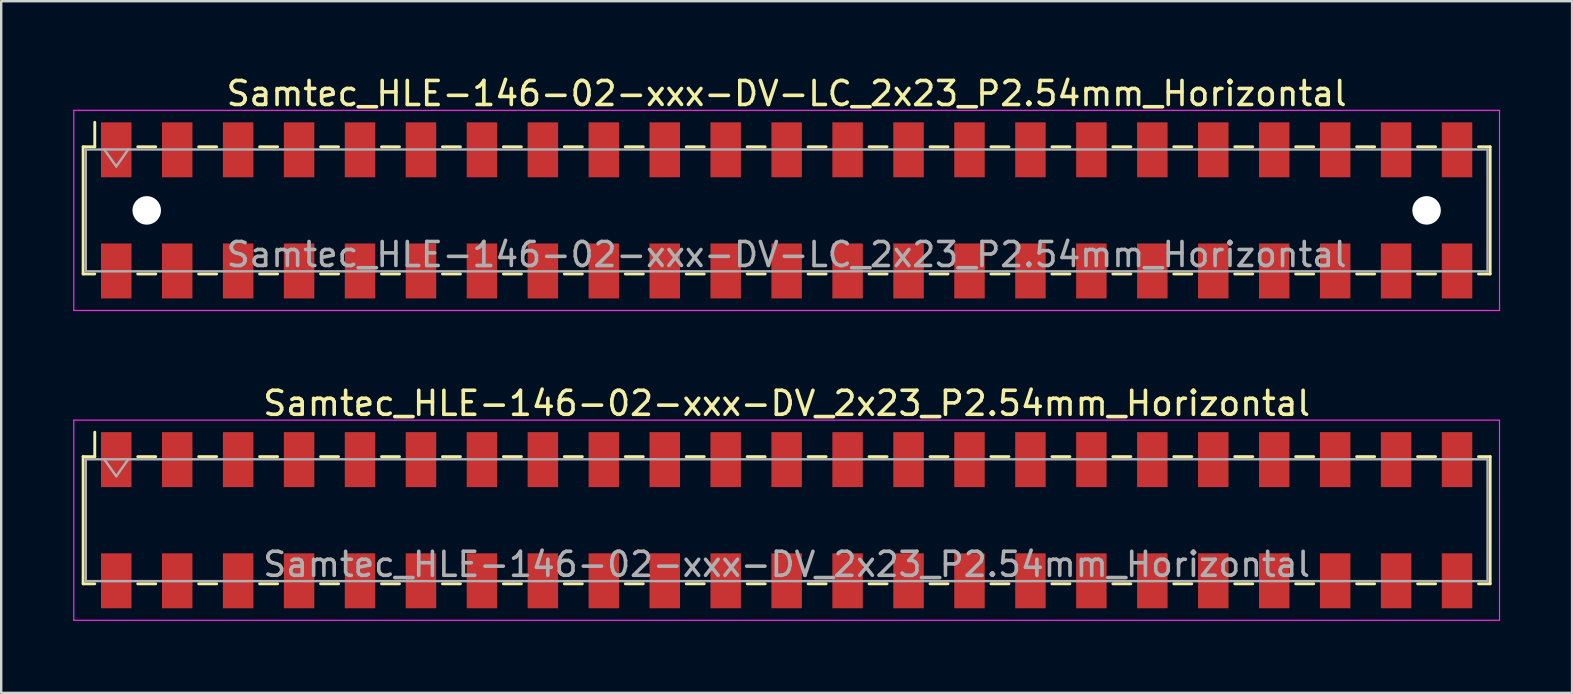
<source format=kicad_pcb>
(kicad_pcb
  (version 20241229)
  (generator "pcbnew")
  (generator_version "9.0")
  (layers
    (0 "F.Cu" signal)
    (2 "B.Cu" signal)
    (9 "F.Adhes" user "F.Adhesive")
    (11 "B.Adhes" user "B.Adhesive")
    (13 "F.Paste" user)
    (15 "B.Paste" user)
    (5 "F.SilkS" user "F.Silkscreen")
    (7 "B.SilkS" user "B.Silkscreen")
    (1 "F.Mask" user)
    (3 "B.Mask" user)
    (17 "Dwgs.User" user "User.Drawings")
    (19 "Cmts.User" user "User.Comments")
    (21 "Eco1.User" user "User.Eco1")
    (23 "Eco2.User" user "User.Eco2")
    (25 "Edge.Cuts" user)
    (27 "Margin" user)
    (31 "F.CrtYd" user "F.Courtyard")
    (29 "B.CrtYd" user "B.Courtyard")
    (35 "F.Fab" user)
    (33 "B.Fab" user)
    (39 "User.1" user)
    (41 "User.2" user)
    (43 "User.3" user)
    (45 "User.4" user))
  (footprint "Samtec_HLE-146-02-xxx-DV-LC_2x23_P2.54mm_Horizontal"
    (layer "F.Cu")
    (at 29.735 5.718)
    (property "Reference" "Samtec_HLE-146-02-xxx-DV-LC_2x23_P2.54mm_Horizontal" (at 0 -4.87 0) (layer "F.SilkS") (effects (font (size 1 1) (thickness 0.15))))
    (attr smd)
    (fp_line (start -29.32 -2.65) (end -29.32 2.65) (stroke (width 0.12) (type solid)) (layer "F.SilkS"))
    (fp_line (start -29.32 2.65) (end -28.835 2.65) (stroke (width 0.12) (type solid)) (layer "F.SilkS"))
    (fp_line (start -28.835 -3.67) (end -28.835 -2.65) (stroke (width 0.12) (type solid)) (layer "F.SilkS"))
    (fp_line (start -28.835 -2.65) (end -29.32 -2.65) (stroke (width 0.12) (type solid)) (layer "F.SilkS"))
    (fp_line (start -27.045 -2.65) (end -26.295 -2.65) (stroke (width 0.12) (type solid)) (layer "F.SilkS"))
    (fp_line (start -27.045 2.65) (end -26.295 2.65) (stroke (width 0.12) (type solid)) (layer "F.SilkS"))
    (fp_line (start -24.505 -2.65) (end -23.755 -2.65) (stroke (width 0.12) (type solid)) (layer "F.SilkS"))
    (fp_line (start -24.505 2.65) (end -23.755 2.65) (stroke (width 0.12) (type solid)) (layer "F.SilkS"))
    (fp_line (start -21.965 -2.65) (end -21.215 -2.65) (stroke (width 0.12) (type solid)) (layer "F.SilkS"))
    (fp_line (start -21.965 2.65) (end -21.215 2.65) (stroke (width 0.12) (type solid)) (layer "F.SilkS"))
    (fp_line (start -19.425 -2.65) (end -18.675 -2.65) (stroke (width 0.12) (type solid)) (layer "F.SilkS"))
    (fp_line (start -19.425 2.65) (end -18.675 2.65) (stroke (width 0.12) (type solid)) (layer "F.SilkS"))
    (fp_line (start -16.885 -2.65) (end -16.135 -2.65) (stroke (width 0.12) (type solid)) (layer "F.SilkS"))
    (fp_line (start -16.885 2.65) (end -16.135 2.65) (stroke (width 0.12) (type solid)) (layer "F.SilkS"))
    (fp_line (start -14.345 -2.65) (end -13.595 -2.65) (stroke (width 0.12) (type solid)) (layer "F.SilkS"))
    (fp_line (start -14.345 2.65) (end -13.595 2.65) (stroke (width 0.12) (type solid)) (layer "F.SilkS"))
    (fp_line (start -11.805 -2.65) (end -11.055 -2.65) (stroke (width 0.12) (type solid)) (layer "F.SilkS"))
    (fp_line (start -11.805 2.65) (end -11.055 2.65) (stroke (width 0.12) (type solid)) (layer "F.SilkS"))
    (fp_line (start -9.265 -2.65) (end -8.515 -2.65) (stroke (width 0.12) (type solid)) (layer "F.SilkS"))
    (fp_line (start -9.265 2.65) (end -8.515 2.65) (stroke (width 0.12) (type solid)) (layer "F.SilkS"))
    (fp_line (start -6.725 -2.65) (end -5.975 -2.65) (stroke (width 0.12) (type solid)) (layer "F.SilkS"))
    (fp_line (start -6.725 2.65) (end -5.975 2.65) (stroke (width 0.12) (type solid)) (layer "F.SilkS"))
    (fp_line (start -4.185 -2.65) (end -3.435 -2.65) (stroke (width 0.12) (type solid)) (layer "F.SilkS"))
    (fp_line (start -4.185 2.65) (end -3.435 2.65) (stroke (width 0.12) (type solid)) (layer "F.SilkS"))
    (fp_line (start -1.645 -2.65) (end -0.895 -2.65) (stroke (width 0.12) (type solid)) (layer "F.SilkS"))
    (fp_line (start -1.645 2.65) (end -0.895 2.65) (stroke (width 0.12) (type solid)) (layer "F.SilkS"))
    (fp_line (start 0.895 -2.65) (end 1.645 -2.65) (stroke (width 0.12) (type solid)) (layer "F.SilkS"))
    (fp_line (start 0.895 2.65) (end 1.645 2.65) (stroke (width 0.12) (type solid)) (layer "F.SilkS"))
    (fp_line (start 3.435 -2.65) (end 4.185 -2.65) (stroke (width 0.12) (type solid)) (layer "F.SilkS"))
    (fp_line (start 3.435 2.65) (end 4.185 2.65) (stroke (width 0.12) (type solid)) (layer "F.SilkS"))
    (fp_line (start 5.975 -2.65) (end 6.725 -2.65) (stroke (width 0.12) (type solid)) (layer "F.SilkS"))
    (fp_line (start 5.975 2.65) (end 6.725 2.65) (stroke (width 0.12) (type solid)) (layer "F.SilkS"))
    (fp_line (start 8.515 -2.65) (end 9.265 -2.65) (stroke (width 0.12) (type solid)) (layer "F.SilkS"))
    (fp_line (start 8.515 2.65) (end 9.265 2.65) (stroke (width 0.12) (type solid)) (layer "F.SilkS"))
    (fp_line (start 11.055 -2.65) (end 11.805 -2.65) (stroke (width 0.12) (type solid)) (layer "F.SilkS"))
    (fp_line (start 11.055 2.65) (end 11.805 2.65) (stroke (width 0.12) (type solid)) (layer "F.SilkS"))
    (fp_line (start 13.595 -2.65) (end 14.345 -2.65) (stroke (width 0.12) (type solid)) (layer "F.SilkS"))
    (fp_line (start 13.595 2.65) (end 14.345 2.65) (stroke (width 0.12) (type solid)) (layer "F.SilkS"))
    (fp_line (start 16.135 -2.65) (end 16.885 -2.65) (stroke (width 0.12) (type solid)) (layer "F.SilkS"))
    (fp_line (start 16.135 2.65) (end 16.885 2.65) (stroke (width 0.12) (type solid)) (layer "F.SilkS"))
    (fp_line (start 18.675 -2.65) (end 19.425 -2.65) (stroke (width 0.12) (type solid)) (layer "F.SilkS"))
    (fp_line (start 18.675 2.65) (end 19.425 2.65) (stroke (width 0.12) (type solid)) (layer "F.SilkS"))
    (fp_line (start 21.215 -2.65) (end 21.965 -2.65) (stroke (width 0.12) (type solid)) (layer "F.SilkS"))
    (fp_line (start 21.215 2.65) (end 21.965 2.65) (stroke (width 0.12) (type solid)) (layer "F.SilkS"))
    (fp_line (start 23.755 -2.65) (end 24.505 -2.65) (stroke (width 0.12) (type solid)) (layer "F.SilkS"))
    (fp_line (start 23.755 2.65) (end 24.505 2.65) (stroke (width 0.12) (type solid)) (layer "F.SilkS"))
    (fp_line (start 26.295 -2.65) (end 27.045 -2.65) (stroke (width 0.12) (type solid)) (layer "F.SilkS"))
    (fp_line (start 26.295 2.65) (end 27.045 2.65) (stroke (width 0.12) (type solid)) (layer "F.SilkS"))
    (fp_line (start 28.835 -2.65) (end 29.32 -2.65) (stroke (width 0.12) (type solid)) (layer "F.SilkS"))
    (fp_line (start 29.32 -2.65) (end 29.32 2.65) (stroke (width 0.12) (type solid)) (layer "F.SilkS"))
    (fp_line (start 29.32 2.65) (end 28.835 2.65) (stroke (width 0.12) (type solid)) (layer "F.SilkS"))
    (fp_line (start -29.71 -4.17) (end 29.71 -4.17) (stroke (width 0.05) (type solid)) (layer "F.CrtYd"))
    (fp_line (start -29.71 4.17) (end -29.71 -4.17) (stroke (width 0.05) (type solid)) (layer "F.CrtYd"))
    (fp_line (start 29.71 -4.17) (end 29.71 4.17) (stroke (width 0.05) (type solid)) (layer "F.CrtYd"))
    (fp_line (start 29.71 4.17) (end -29.71 4.17) (stroke (width 0.05) (type solid)) (layer "F.CrtYd"))
    (fp_line (start -29.21 -2.54) (end 29.21 -2.54) (stroke (width 0.1) (type solid)) (layer "F.Fab"))
    (fp_line (start -29.21 2.54) (end -29.21 -2.54) (stroke (width 0.1) (type solid)) (layer "F.Fab"))
    (fp_line (start -28.44 -2.54) (end -27.94 -1.833) (stroke (width 0.1) (type solid)) (layer "F.Fab"))
    (fp_line (start -27.94 -1.833) (end -27.44 -2.54) (stroke (width 0.1) (type solid)) (layer "F.Fab"))
    (fp_line (start 29.21 -2.54) (end 29.21 2.54) (stroke (width 0.1) (type solid)) (layer "F.Fab"))
    (fp_line (start 29.21 2.54) (end -29.21 2.54) (stroke (width 0.1) (type solid)) (layer "F.Fab"))
    (fp_text user "${REFERENCE}" (at 0 1.84 0) (layer "F.Fab") (effects (font (size 1 1) (thickness 0.15))))
    (pad "" np_thru_hole circle (at -26.67 0) (size 1.19 1.19) (drill 1.19) (layers "*.Cu" "*.Mask"))
    (pad "" np_thru_hole circle (at 26.67 0) (size 1.19 1.19) (drill 1.19) (layers "*.Cu" "*.Mask"))
    (pad "1" smd rect (at -27.94 -2.525) (size 1.27 2.29) (layers "F.Cu" "F.Mask" "F.Paste"))
    (pad "2" smd rect (at -27.94 2.525) (size 1.27 2.29) (layers "F.Cu" "F.Mask" "F.Paste"))
    (pad "3" smd rect (at -25.4 -2.525) (size 1.27 2.29) (layers "F.Cu" "F.Mask" "F.Paste"))
    (pad "4" smd rect (at -25.4 2.525) (size 1.27 2.29) (layers "F.Cu" "F.Mask" "F.Paste"))
    (pad "5" smd rect (at -22.86 -2.525) (size 1.27 2.29) (layers "F.Cu" "F.Mask" "F.Paste"))
    (pad "6" smd rect (at -22.86 2.525) (size 1.27 2.29) (layers "F.Cu" "F.Mask" "F.Paste"))
    (pad "7" smd rect (at -20.32 -2.525) (size 1.27 2.29) (layers "F.Cu" "F.Mask" "F.Paste"))
    (pad "8" smd rect (at -20.32 2.525) (size 1.27 2.29) (layers "F.Cu" "F.Mask" "F.Paste"))
    (pad "9" smd rect (at -17.78 -2.525) (size 1.27 2.29) (layers "F.Cu" "F.Mask" "F.Paste"))
    (pad "10" smd rect (at -17.78 2.525) (size 1.27 2.29) (layers "F.Cu" "F.Mask" "F.Paste"))
    (pad "11" smd rect (at -15.24 -2.525) (size 1.27 2.29) (layers "F.Cu" "F.Mask" "F.Paste"))
    (pad "12" smd rect (at -15.24 2.525) (size 1.27 2.29) (layers "F.Cu" "F.Mask" "F.Paste"))
    (pad "13" smd rect (at -12.7 -2.525) (size 1.27 2.29) (layers "F.Cu" "F.Mask" "F.Paste"))
    (pad "14" smd rect (at -12.7 2.525) (size 1.27 2.29) (layers "F.Cu" "F.Mask" "F.Paste"))
    (pad "15" smd rect (at -10.16 -2.525) (size 1.27 2.29) (layers "F.Cu" "F.Mask" "F.Paste"))
    (pad "16" smd rect (at -10.16 2.525) (size 1.27 2.29) (layers "F.Cu" "F.Mask" "F.Paste"))
    (pad "17" smd rect (at -7.62 -2.525) (size 1.27 2.29) (layers "F.Cu" "F.Mask" "F.Paste"))
    (pad "18" smd rect (at -7.62 2.525) (size 1.27 2.29) (layers "F.Cu" "F.Mask" "F.Paste"))
    (pad "19" smd rect (at -5.08 -2.525) (size 1.27 2.29) (layers "F.Cu" "F.Mask" "F.Paste"))
    (pad "20" smd rect (at -5.08 2.525) (size 1.27 2.29) (layers "F.Cu" "F.Mask" "F.Paste"))
    (pad "21" smd rect (at -2.54 -2.525) (size 1.27 2.29) (layers "F.Cu" "F.Mask" "F.Paste"))
    (pad "22" smd rect (at -2.54 2.525) (size 1.27 2.29) (layers "F.Cu" "F.Mask" "F.Paste"))
    (pad "23" smd rect (at 0 -2.525) (size 1.27 2.29) (layers "F.Cu" "F.Mask" "F.Paste"))
    (pad "24" smd rect (at 0 2.525) (size 1.27 2.29) (layers "F.Cu" "F.Mask" "F.Paste"))
    (pad "25" smd rect (at 2.54 -2.525) (size 1.27 2.29) (layers "F.Cu" "F.Mask" "F.Paste"))
    (pad "26" smd rect (at 2.54 2.525) (size 1.27 2.29) (layers "F.Cu" "F.Mask" "F.Paste"))
    (pad "27" smd rect (at 5.08 -2.525) (size 1.27 2.29) (layers "F.Cu" "F.Mask" "F.Paste"))
    (pad "28" smd rect (at 5.08 2.525) (size 1.27 2.29) (layers "F.Cu" "F.Mask" "F.Paste"))
    (pad "29" smd rect (at 7.62 -2.525) (size 1.27 2.29) (layers "F.Cu" "F.Mask" "F.Paste"))
    (pad "30" smd rect (at 7.62 2.525) (size 1.27 2.29) (layers "F.Cu" "F.Mask" "F.Paste"))
    (pad "31" smd rect (at 10.16 -2.525) (size 1.27 2.29) (layers "F.Cu" "F.Mask" "F.Paste"))
    (pad "32" smd rect (at 10.16 2.525) (size 1.27 2.29) (layers "F.Cu" "F.Mask" "F.Paste"))
    (pad "33" smd rect (at 12.7 -2.525) (size 1.27 2.29) (layers "F.Cu" "F.Mask" "F.Paste"))
    (pad "34" smd rect (at 12.7 2.525) (size 1.27 2.29) (layers "F.Cu" "F.Mask" "F.Paste"))
    (pad "35" smd rect (at 15.24 -2.525) (size 1.27 2.29) (layers "F.Cu" "F.Mask" "F.Paste"))
    (pad "36" smd rect (at 15.24 2.525) (size 1.27 2.29) (layers "F.Cu" "F.Mask" "F.Paste"))
    (pad "37" smd rect (at 17.78 -2.525) (size 1.27 2.29) (layers "F.Cu" "F.Mask" "F.Paste"))
    (pad "38" smd rect (at 17.78 2.525) (size 1.27 2.29) (layers "F.Cu" "F.Mask" "F.Paste"))
    (pad "39" smd rect (at 20.32 -2.525) (size 1.27 2.29) (layers "F.Cu" "F.Mask" "F.Paste"))
    (pad "40" smd rect (at 20.32 2.525) (size 1.27 2.29) (layers "F.Cu" "F.Mask" "F.Paste"))
    (pad "41" smd rect (at 22.86 -2.525) (size 1.27 2.29) (layers "F.Cu" "F.Mask" "F.Paste"))
    (pad "42" smd rect (at 22.86 2.525) (size 1.27 2.29) (layers "F.Cu" "F.Mask" "F.Paste"))
    (pad "43" smd rect (at 25.4 -2.525) (size 1.27 2.29) (layers "F.Cu" "F.Mask" "F.Paste"))
    (pad "44" smd rect (at 25.4 2.525) (size 1.27 2.29) (layers "F.Cu" "F.Mask" "F.Paste"))
    (pad "45" smd rect (at 27.94 -2.525) (size 1.27 2.29) (layers "F.Cu" "F.Mask" "F.Paste"))
    (pad "46" smd rect (at 27.94 2.525) (size 1.27 2.29) (layers "F.Cu" "F.Mask" "F.Paste")))
  (footprint "Samtec_HLE-146-02-xxx-DV_2x23_P2.54mm_Horizontal"
    (layer "F.Cu")
    (at 29.735 18.631)
    (property "Reference" "Samtec_HLE-146-02-xxx-DV_2x23_P2.54mm_Horizontal" (at 0 -4.87 0) (layer "F.SilkS") (effects (font (size 1 1) (thickness 0.15))))
    (attr smd)
    (fp_line (start -29.32 -2.65) (end -29.32 2.65) (stroke (width 0.12) (type solid)) (layer "F.SilkS"))
    (fp_line (start -29.32 2.65) (end -28.835 2.65) (stroke (width 0.12) (type solid)) (layer "F.SilkS"))
    (fp_line (start -28.835 -3.67) (end -28.835 -2.65) (stroke (width 0.12) (type solid)) (layer "F.SilkS"))
    (fp_line (start -28.835 -2.65) (end -29.32 -2.65) (stroke (width 0.12) (type solid)) (layer "F.SilkS"))
    (fp_line (start -27.045 -2.65) (end -26.295 -2.65) (stroke (width 0.12) (type solid)) (layer "F.SilkS"))
    (fp_line (start -27.045 2.65) (end -26.295 2.65) (stroke (width 0.12) (type solid)) (layer "F.SilkS"))
    (fp_line (start -24.505 -2.65) (end -23.755 -2.65) (stroke (width 0.12) (type solid)) (layer "F.SilkS"))
    (fp_line (start -24.505 2.65) (end -23.755 2.65) (stroke (width 0.12) (type solid)) (layer "F.SilkS"))
    (fp_line (start -21.965 -2.65) (end -21.215 -2.65) (stroke (width 0.12) (type solid)) (layer "F.SilkS"))
    (fp_line (start -21.965 2.65) (end -21.215 2.65) (stroke (width 0.12) (type solid)) (layer "F.SilkS"))
    (fp_line (start -19.425 -2.65) (end -18.675 -2.65) (stroke (width 0.12) (type solid)) (layer "F.SilkS"))
    (fp_line (start -19.425 2.65) (end -18.675 2.65) (stroke (width 0.12) (type solid)) (layer "F.SilkS"))
    (fp_line (start -16.885 -2.65) (end -16.135 -2.65) (stroke (width 0.12) (type solid)) (layer "F.SilkS"))
    (fp_line (start -16.885 2.65) (end -16.135 2.65) (stroke (width 0.12) (type solid)) (layer "F.SilkS"))
    (fp_line (start -14.345 -2.65) (end -13.595 -2.65) (stroke (width 0.12) (type solid)) (layer "F.SilkS"))
    (fp_line (start -14.345 2.65) (end -13.595 2.65) (stroke (width 0.12) (type solid)) (layer "F.SilkS"))
    (fp_line (start -11.805 -2.65) (end -11.055 -2.65) (stroke (width 0.12) (type solid)) (layer "F.SilkS"))
    (fp_line (start -11.805 2.65) (end -11.055 2.65) (stroke (width 0.12) (type solid)) (layer "F.SilkS"))
    (fp_line (start -9.265 -2.65) (end -8.515 -2.65) (stroke (width 0.12) (type solid)) (layer "F.SilkS"))
    (fp_line (start -9.265 2.65) (end -8.515 2.65) (stroke (width 0.12) (type solid)) (layer "F.SilkS"))
    (fp_line (start -6.725 -2.65) (end -5.975 -2.65) (stroke (width 0.12) (type solid)) (layer "F.SilkS"))
    (fp_line (start -6.725 2.65) (end -5.975 2.65) (stroke (width 0.12) (type solid)) (layer "F.SilkS"))
    (fp_line (start -4.185 -2.65) (end -3.435 -2.65) (stroke (width 0.12) (type solid)) (layer "F.SilkS"))
    (fp_line (start -4.185 2.65) (end -3.435 2.65) (stroke (width 0.12) (type solid)) (layer "F.SilkS"))
    (fp_line (start -1.645 -2.65) (end -0.895 -2.65) (stroke (width 0.12) (type solid)) (layer "F.SilkS"))
    (fp_line (start -1.645 2.65) (end -0.895 2.65) (stroke (width 0.12) (type solid)) (layer "F.SilkS"))
    (fp_line (start 0.895 -2.65) (end 1.645 -2.65) (stroke (width 0.12) (type solid)) (layer "F.SilkS"))
    (fp_line (start 0.895 2.65) (end 1.645 2.65) (stroke (width 0.12) (type solid)) (layer "F.SilkS"))
    (fp_line (start 3.435 -2.65) (end 4.185 -2.65) (stroke (width 0.12) (type solid)) (layer "F.SilkS"))
    (fp_line (start 3.435 2.65) (end 4.185 2.65) (stroke (width 0.12) (type solid)) (layer "F.SilkS"))
    (fp_line (start 5.975 -2.65) (end 6.725 -2.65) (stroke (width 0.12) (type solid)) (layer "F.SilkS"))
    (fp_line (start 5.975 2.65) (end 6.725 2.65) (stroke (width 0.12) (type solid)) (layer "F.SilkS"))
    (fp_line (start 8.515 -2.65) (end 9.265 -2.65) (stroke (width 0.12) (type solid)) (layer "F.SilkS"))
    (fp_line (start 8.515 2.65) (end 9.265 2.65) (stroke (width 0.12) (type solid)) (layer "F.SilkS"))
    (fp_line (start 11.055 -2.65) (end 11.805 -2.65) (stroke (width 0.12) (type solid)) (layer "F.SilkS"))
    (fp_line (start 11.055 2.65) (end 11.805 2.65) (stroke (width 0.12) (type solid)) (layer "F.SilkS"))
    (fp_line (start 13.595 -2.65) (end 14.345 -2.65) (stroke (width 0.12) (type solid)) (layer "F.SilkS"))
    (fp_line (start 13.595 2.65) (end 14.345 2.65) (stroke (width 0.12) (type solid)) (layer "F.SilkS"))
    (fp_line (start 16.135 -2.65) (end 16.885 -2.65) (stroke (width 0.12) (type solid)) (layer "F.SilkS"))
    (fp_line (start 16.135 2.65) (end 16.885 2.65) (stroke (width 0.12) (type solid)) (layer "F.SilkS"))
    (fp_line (start 18.675 -2.65) (end 19.425 -2.65) (stroke (width 0.12) (type solid)) (layer "F.SilkS"))
    (fp_line (start 18.675 2.65) (end 19.425 2.65) (stroke (width 0.12) (type solid)) (layer "F.SilkS"))
    (fp_line (start 21.215 -2.65) (end 21.965 -2.65) (stroke (width 0.12) (type solid)) (layer "F.SilkS"))
    (fp_line (start 21.215 2.65) (end 21.965 2.65) (stroke (width 0.12) (type solid)) (layer "F.SilkS"))
    (fp_line (start 23.755 -2.65) (end 24.505 -2.65) (stroke (width 0.12) (type solid)) (layer "F.SilkS"))
    (fp_line (start 23.755 2.65) (end 24.505 2.65) (stroke (width 0.12) (type solid)) (layer "F.SilkS"))
    (fp_line (start 26.295 -2.65) (end 27.045 -2.65) (stroke (width 0.12) (type solid)) (layer "F.SilkS"))
    (fp_line (start 26.295 2.65) (end 27.045 2.65) (stroke (width 0.12) (type solid)) (layer "F.SilkS"))
    (fp_line (start 28.835 -2.65) (end 29.32 -2.65) (stroke (width 0.12) (type solid)) (layer "F.SilkS"))
    (fp_line (start 29.32 -2.65) (end 29.32 2.65) (stroke (width 0.12) (type solid)) (layer "F.SilkS"))
    (fp_line (start 29.32 2.65) (end 28.835 2.65) (stroke (width 0.12) (type solid)) (layer "F.SilkS"))
    (fp_line (start -29.71 -4.17) (end 29.71 -4.17) (stroke (width 0.05) (type solid)) (layer "F.CrtYd"))
    (fp_line (start -29.71 4.17) (end -29.71 -4.17) (stroke (width 0.05) (type solid)) (layer "F.CrtYd"))
    (fp_line (start 29.71 -4.17) (end 29.71 4.17) (stroke (width 0.05) (type solid)) (layer "F.CrtYd"))
    (fp_line (start 29.71 4.17) (end -29.71 4.17) (stroke (width 0.05) (type solid)) (layer "F.CrtYd"))
    (fp_line (start -29.21 -2.54) (end 29.21 -2.54) (stroke (width 0.1) (type solid)) (layer "F.Fab"))
    (fp_line (start -29.21 2.54) (end -29.21 -2.54) (stroke (width 0.1) (type solid)) (layer "F.Fab"))
    (fp_line (start -28.44 -2.54) (end -27.94 -1.833) (stroke (width 0.1) (type solid)) (layer "F.Fab"))
    (fp_line (start -27.94 -1.833) (end -27.44 -2.54) (stroke (width 0.1) (type solid)) (layer "F.Fab"))
    (fp_line (start 29.21 -2.54) (end 29.21 2.54) (stroke (width 0.1) (type solid)) (layer "F.Fab"))
    (fp_line (start 29.21 2.54) (end -29.21 2.54) (stroke (width 0.1) (type solid)) (layer "F.Fab"))
    (fp_text user "${REFERENCE}" (at 0 1.84 0) (layer "F.Fab") (effects (font (size 1 1) (thickness 0.15))))
    (pad "1" smd rect (at -27.94 -2.525) (size 1.27 2.29) (layers "F.Cu" "F.Mask" "F.Paste"))
    (pad "2" smd rect (at -27.94 2.525) (size 1.27 2.29) (layers "F.Cu" "F.Mask" "F.Paste"))
    (pad "3" smd rect (at -25.4 -2.525) (size 1.27 2.29) (layers "F.Cu" "F.Mask" "F.Paste"))
    (pad "4" smd rect (at -25.4 2.525) (size 1.27 2.29) (layers "F.Cu" "F.Mask" "F.Paste"))
    (pad "5" smd rect (at -22.86 -2.525) (size 1.27 2.29) (layers "F.Cu" "F.Mask" "F.Paste"))
    (pad "6" smd rect (at -22.86 2.525) (size 1.27 2.29) (layers "F.Cu" "F.Mask" "F.Paste"))
    (pad "7" smd rect (at -20.32 -2.525) (size 1.27 2.29) (layers "F.Cu" "F.Mask" "F.Paste"))
    (pad "8" smd rect (at -20.32 2.525) (size 1.27 2.29) (layers "F.Cu" "F.Mask" "F.Paste"))
    (pad "9" smd rect (at -17.78 -2.525) (size 1.27 2.29) (layers "F.Cu" "F.Mask" "F.Paste"))
    (pad "10" smd rect (at -17.78 2.525) (size 1.27 2.29) (layers "F.Cu" "F.Mask" "F.Paste"))
    (pad "11" smd rect (at -15.24 -2.525) (size 1.27 2.29) (layers "F.Cu" "F.Mask" "F.Paste"))
    (pad "12" smd rect (at -15.24 2.525) (size 1.27 2.29) (layers "F.Cu" "F.Mask" "F.Paste"))
    (pad "13" smd rect (at -12.7 -2.525) (size 1.27 2.29) (layers "F.Cu" "F.Mask" "F.Paste"))
    (pad "14" smd rect (at -12.7 2.525) (size 1.27 2.29) (layers "F.Cu" "F.Mask" "F.Paste"))
    (pad "15" smd rect (at -10.16 -2.525) (size 1.27 2.29) (layers "F.Cu" "F.Mask" "F.Paste"))
    (pad "16" smd rect (at -10.16 2.525) (size 1.27 2.29) (layers "F.Cu" "F.Mask" "F.Paste"))
    (pad "17" smd rect (at -7.62 -2.525) (size 1.27 2.29) (layers "F.Cu" "F.Mask" "F.Paste"))
    (pad "18" smd rect (at -7.62 2.525) (size 1.27 2.29) (layers "F.Cu" "F.Mask" "F.Paste"))
    (pad "19" smd rect (at -5.08 -2.525) (size 1.27 2.29) (layers "F.Cu" "F.Mask" "F.Paste"))
    (pad "20" smd rect (at -5.08 2.525) (size 1.27 2.29) (layers "F.Cu" "F.Mask" "F.Paste"))
    (pad "21" smd rect (at -2.54 -2.525) (size 1.27 2.29) (layers "F.Cu" "F.Mask" "F.Paste"))
    (pad "22" smd rect (at -2.54 2.525) (size 1.27 2.29) (layers "F.Cu" "F.Mask" "F.Paste"))
    (pad "23" smd rect (at 0 -2.525) (size 1.27 2.29) (layers "F.Cu" "F.Mask" "F.Paste"))
    (pad "24" smd rect (at 0 2.525) (size 1.27 2.29) (layers "F.Cu" "F.Mask" "F.Paste"))
    (pad "25" smd rect (at 2.54 -2.525) (size 1.27 2.29) (layers "F.Cu" "F.Mask" "F.Paste"))
    (pad "26" smd rect (at 2.54 2.525) (size 1.27 2.29) (layers "F.Cu" "F.Mask" "F.Paste"))
    (pad "27" smd rect (at 5.08 -2.525) (size 1.27 2.29) (layers "F.Cu" "F.Mask" "F.Paste"))
    (pad "28" smd rect (at 5.08 2.525) (size 1.27 2.29) (layers "F.Cu" "F.Mask" "F.Paste"))
    (pad "29" smd rect (at 7.62 -2.525) (size 1.27 2.29) (layers "F.Cu" "F.Mask" "F.Paste"))
    (pad "30" smd rect (at 7.62 2.525) (size 1.27 2.29) (layers "F.Cu" "F.Mask" "F.Paste"))
    (pad "31" smd rect (at 10.16 -2.525) (size 1.27 2.29) (layers "F.Cu" "F.Mask" "F.Paste"))
    (pad "32" smd rect (at 10.16 2.525) (size 1.27 2.29) (layers "F.Cu" "F.Mask" "F.Paste"))
    (pad "33" smd rect (at 12.7 -2.525) (size 1.27 2.29) (layers "F.Cu" "F.Mask" "F.Paste"))
    (pad "34" smd rect (at 12.7 2.525) (size 1.27 2.29) (layers "F.Cu" "F.Mask" "F.Paste"))
    (pad "35" smd rect (at 15.24 -2.525) (size 1.27 2.29) (layers "F.Cu" "F.Mask" "F.Paste"))
    (pad "36" smd rect (at 15.24 2.525) (size 1.27 2.29) (layers "F.Cu" "F.Mask" "F.Paste"))
    (pad "37" smd rect (at 17.78 -2.525) (size 1.27 2.29) (layers "F.Cu" "F.Mask" "F.Paste"))
    (pad "38" smd rect (at 17.78 2.525) (size 1.27 2.29) (layers "F.Cu" "F.Mask" "F.Paste"))
    (pad "39" smd rect (at 20.32 -2.525) (size 1.27 2.29) (layers "F.Cu" "F.Mask" "F.Paste"))
    (pad "40" smd rect (at 20.32 2.525) (size 1.27 2.29) (layers "F.Cu" "F.Mask" "F.Paste"))
    (pad "41" smd rect (at 22.86 -2.525) (size 1.27 2.29) (layers "F.Cu" "F.Mask" "F.Paste"))
    (pad "42" smd rect (at 22.86 2.525) (size 1.27 2.29) (layers "F.Cu" "F.Mask" "F.Paste"))
    (pad "43" smd rect (at 25.4 -2.525) (size 1.27 2.29) (layers "F.Cu" "F.Mask" "F.Paste"))
    (pad "44" smd rect (at 25.4 2.525) (size 1.27 2.29) (layers "F.Cu" "F.Mask" "F.Paste"))
    (pad "45" smd rect (at 27.94 -2.525) (size 1.27 2.29) (layers "F.Cu" "F.Mask" "F.Paste"))
    (pad "46" smd rect (at 27.94 2.525) (size 1.27 2.29) (layers "F.Cu" "F.Mask" "F.Paste")))
  (gr_rect
    (start -3 -3)
    (end 62.47 25.826)
    (stroke (width 0.1) (type default))
    (fill no)
    (layer "Edge.Cuts")))
</source>
